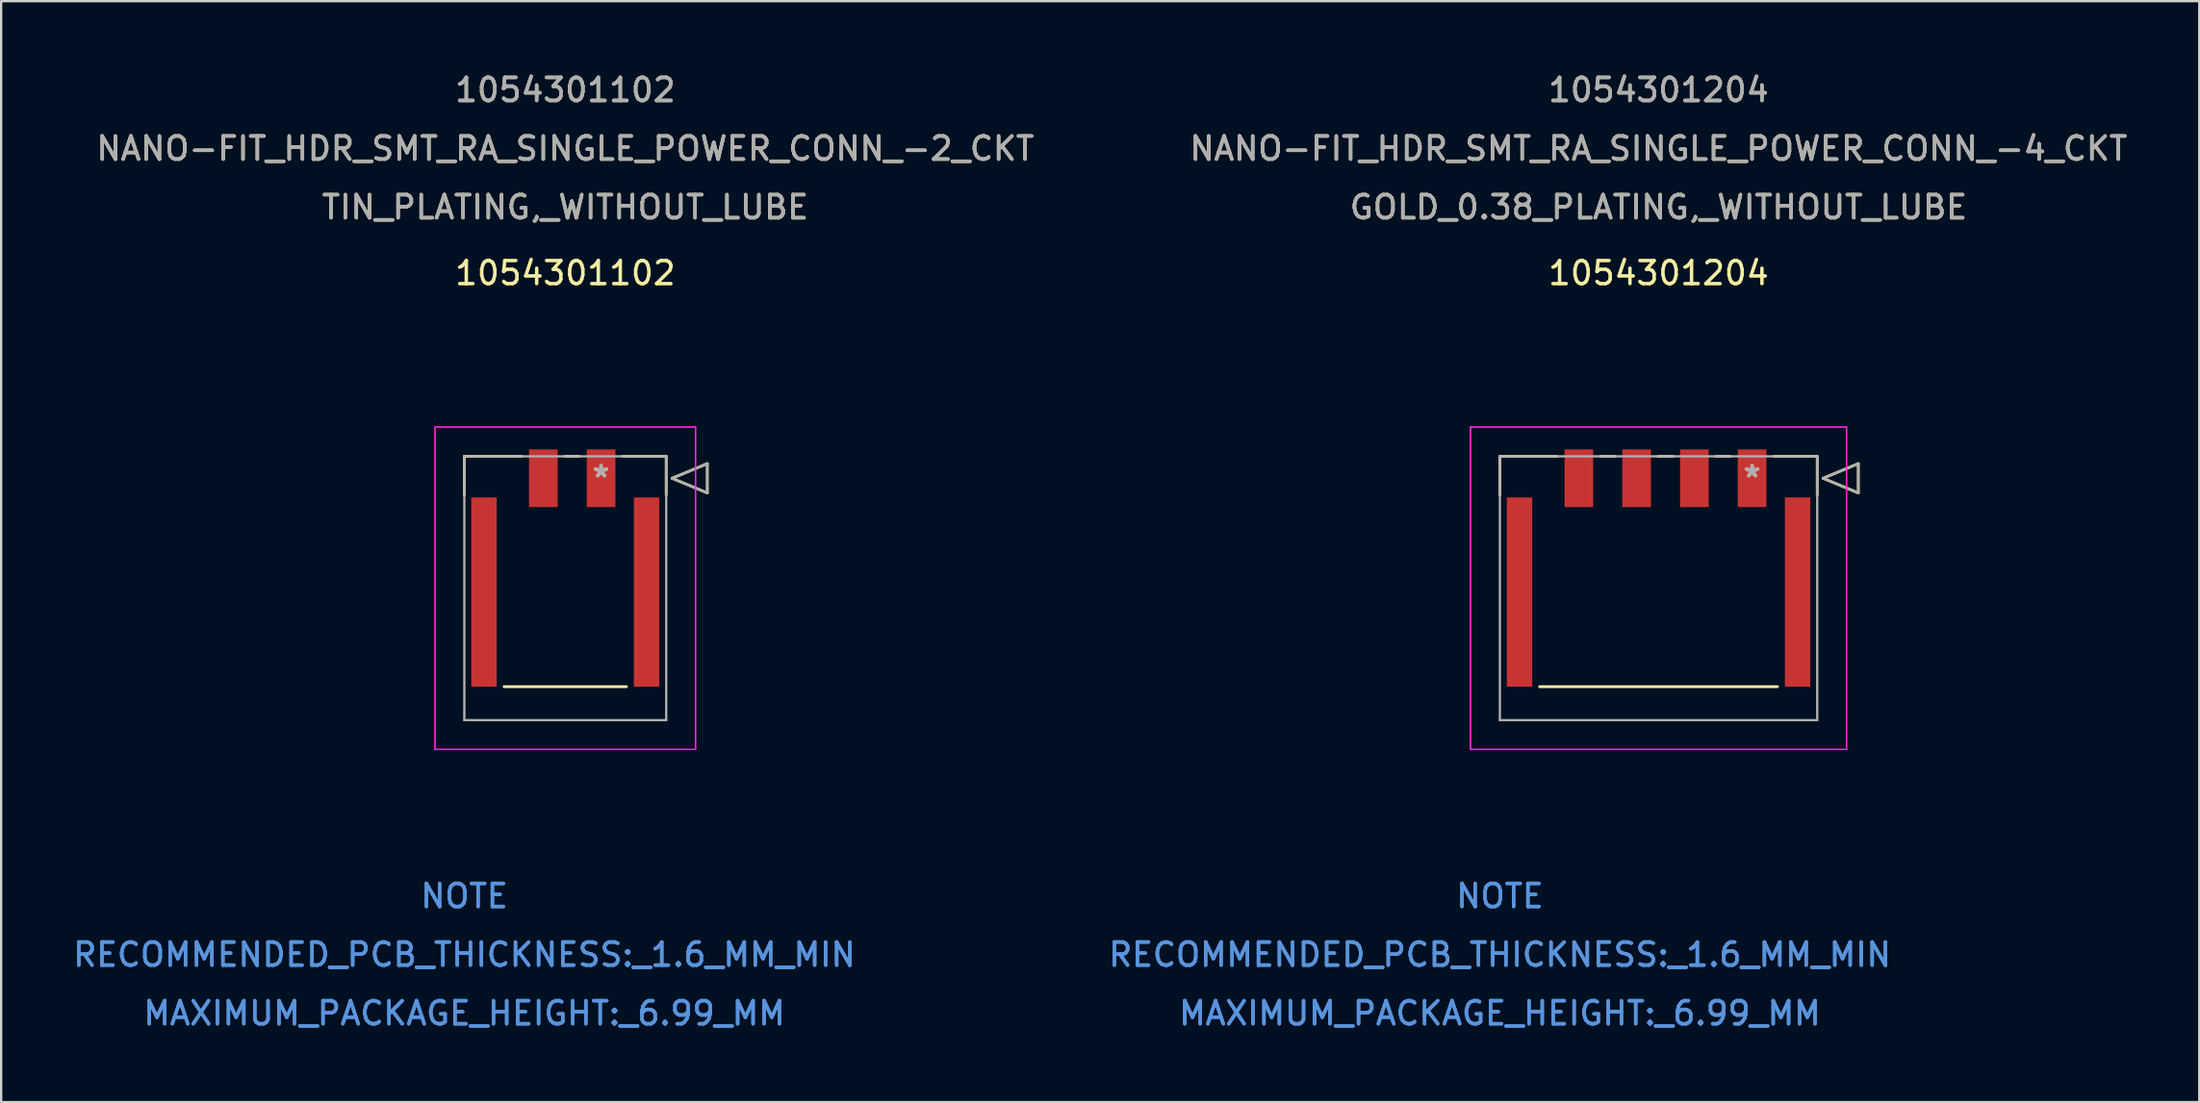
<source format=kicad_pcb>
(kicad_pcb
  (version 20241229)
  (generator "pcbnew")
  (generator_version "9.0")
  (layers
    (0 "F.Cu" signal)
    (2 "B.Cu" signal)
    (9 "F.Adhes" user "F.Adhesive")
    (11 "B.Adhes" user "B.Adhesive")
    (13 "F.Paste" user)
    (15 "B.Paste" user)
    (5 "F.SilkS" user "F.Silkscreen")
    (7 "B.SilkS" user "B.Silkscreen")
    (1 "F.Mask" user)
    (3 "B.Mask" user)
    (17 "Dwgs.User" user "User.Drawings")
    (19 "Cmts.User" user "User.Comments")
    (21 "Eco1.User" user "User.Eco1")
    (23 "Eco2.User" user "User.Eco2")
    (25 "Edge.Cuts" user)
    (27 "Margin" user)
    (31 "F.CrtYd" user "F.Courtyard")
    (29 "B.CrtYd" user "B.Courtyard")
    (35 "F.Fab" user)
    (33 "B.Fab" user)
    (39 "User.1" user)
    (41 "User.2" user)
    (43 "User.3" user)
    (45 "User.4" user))
  (footprint "1054301102"
    (layer "F.Cu")
    (at 22.974 17.673)
    (property "Reference" "1054301102" (at -1.55 -8.89 0) (layer "F.SilkS") (effects (font (size 1 1) (thickness 0.15))))
    (attr through_hole)
    (fp_line (start -5.92 -0.95) (end -5.92 0.719) (stroke (width 0.12) (type solid)) (layer "F.SilkS"))
    (fp_line (start -4.2 9.03) (end 1.1 9.03) (stroke (width 0.12) (type solid)) (layer "F.SilkS"))
    (fp_line (start -3.44 -0.95) (end -5.92 -0.95) (stroke (width 0.12) (type solid)) (layer "F.SilkS"))
    (fp_line (start -0.94 -0.95) (end -1.56 -0.95) (stroke (width 0.12) (type solid)) (layer "F.SilkS"))
    (fp_line (start 2.82 -0.95) (end 0.94 -0.95) (stroke (width 0.12) (type solid)) (layer "F.SilkS"))
    (fp_line (start 2.82 0.719) (end 2.82 -0.95) (stroke (width 0.12) (type solid)) (layer "F.SilkS"))
    (fp_line (start 3.074 0) (end 4.598 -0.635) (stroke (width 0.12) (type solid)) (layer "F.SilkS"))
    (fp_line (start 4.598 -0.635) (end 4.598 0.635) (stroke (width 0.12) (type solid)) (layer "F.SilkS"))
    (fp_line (start 4.598 0.635) (end 3.074 0) (stroke (width 0.12) (type solid)) (layer "F.SilkS"))
    (fp_line (start -7.19 -2.22) (end -7.19 11.75) (stroke (width 0.05) (type solid)) (layer "F.CrtYd"))
    (fp_line (start -7.19 -2.22) (end -7.19 11.75) (stroke (width 0.05) (type solid)) (layer "F.CrtYd"))
    (fp_line (start -7.19 11.75) (end 4.09 11.75) (stroke (width 0.05) (type solid)) (layer "F.CrtYd"))
    (fp_line (start -7.19 11.75) (end 4.09 11.75) (stroke (width 0.05) (type solid)) (layer "F.CrtYd"))
    (fp_line (start 4.09 -2.22) (end -7.19 -2.22) (stroke (width 0.05) (type solid)) (layer "F.CrtYd"))
    (fp_line (start 4.09 -2.22) (end -7.19 -2.22) (stroke (width 0.05) (type solid)) (layer "F.CrtYd"))
    (fp_line (start 4.09 11.75) (end 4.09 -2.22) (stroke (width 0.05) (type solid)) (layer "F.CrtYd"))
    (fp_line (start 4.09 11.75) (end 4.09 -2.22) (stroke (width 0.05) (type solid)) (layer "F.CrtYd"))
    (fp_line (start -5.92 -0.95) (end -5.92 10.48) (stroke (width 0.1) (type solid)) (layer "F.Fab"))
    (fp_line (start -5.92 10.48) (end 2.82 10.48) (stroke (width 0.1) (type solid)) (layer "F.Fab"))
    (fp_line (start 2.82 -0.95) (end -5.92 -0.95) (stroke (width 0.1) (type solid)) (layer "F.Fab"))
    (fp_line (start 2.82 10.48) (end 2.82 -0.95) (stroke (width 0.1) (type solid)) (layer "F.Fab"))
    (fp_line (start 3.074 0) (end 4.598 -0.635) (stroke (width 0.1) (type solid)) (layer "F.Fab"))
    (fp_line (start 4.598 -0.635) (end 4.598 0.635) (stroke (width 0.1) (type solid)) (layer "F.Fab"))
    (fp_line (start 4.598 0.635) (end 3.074 0) (stroke (width 0.1) (type solid)) (layer "F.Fab"))
    (fp_text user "*" (at 0 0 0) (layer "F.SilkS") (effects (font (size 1 1) (thickness 0.15))))
    (fp_text user "1054301102" (at -1.55 -16.825 0) (layer "F.SilkS") (effects (font (size 1 1) (thickness 0.15))))
    (fp_text user "NANO-FIT_HDR_SMT_RA_SINGLE_POWER_CONN_-2_CKT" (at -1.55 -14.285 0) (layer "F.SilkS") (effects (font (size 1 1) (thickness 0.15))))
    (fp_text user "TIN_PLATING,_WITHOUT_LUBE" (at -1.55 -11.745 0) (layer "F.SilkS") (effects (font (size 1 1) (thickness 0.15))))
    (fp_text user "RECOMMENDED_PCB_THICKNESS:_1.6_MM_MIN" (at -5.92 20.64 0) (layer "Cmts.User") (effects (font (size 1 1) (thickness 0.15))))
    (fp_text user "NOTE" (at -5.92 18.1 0) (layer "Cmts.User") (effects (font (size 1 1) (thickness 0.15))))
    (fp_text user "MAXIMUM_PACKAGE_HEIGHT:_6.99_MM" (at -5.92 23.18 0) (layer "Cmts.User") (effects (font (size 1 1) (thickness 0.15))))
    (fp_text user "MAXIMUM_PACKAGE_HEIGHT:_6.99_MM" (at -5.92 23.18 0) (layer "Cmts.User") (effects (font (size 1 1) (thickness 0.15))))
    (fp_text user "Copyright 2021 Accelerated Designs. All rights reserved." (at 0 0 0) (layer "Cmts.User") (effects (font (size 0.127 0.127) (thickness 0.002))))
    (fp_text user "RECOMMENDED_PCB_THICKNESS:_1.6_MM_MIN" (at -5.92 20.64 0) (layer "Cmts.User") (effects (font (size 1 1) (thickness 0.15))))
    (fp_text user "NOTE" (at -5.92 18.1 0) (layer "Cmts.User") (effects (font (size 1 1) (thickness 0.15))))
    (fp_text user "TIN_PLATING,_WITHOUT_LUBE" (at -1.55 -11.745 0) (layer "F.Fab") (effects (font (size 1 1) (thickness 0.15))))
    (fp_text user "*" (at 0 0 0) (layer "F.Fab") (effects (font (size 1 1) (thickness 0.15))))
    (fp_text user "NANO-FIT_HDR_SMT_RA_SINGLE_POWER_CONN_-2_CKT" (at -1.55 -14.285 0) (layer "F.Fab") (effects (font (size 1 1) (thickness 0.15))))
    (fp_text user "1054301102" (at -1.55 -16.825 0) (layer "F.Fab") (effects (font (size 1 1) (thickness 0.15))))
    (pad "1" smd rect (at 0 0) (size 1.24 2.5) (layers "F.Cu" "F.Mask" "F.Paste"))
    (pad "2" smd rect (at -2.5 0) (size 1.24 2.5) (layers "F.Cu" "F.Mask" "F.Paste"))
    (pad "3" smd rect (at 1.97 4.93) (size 1.1 8.2) (layers "F.Cu" "F.Mask" "F.Paste"))
    (pad "4" smd rect (at -5.07 4.93) (size 1.1 8.2) (layers "F.Cu" "F.Mask" "F.Paste")))
  (footprint "1054301204"
    (layer "F.Cu")
    (at 72.808 17.673)
    (property "Reference" "1054301204" (at -4.05 -8.89 0) (layer "F.SilkS") (effects (font (size 1 1) (thickness 0.15))))
    (attr through_hole)
    (fp_line (start -10.92 -0.95) (end -10.92 0.719) (stroke (width 0.12) (type solid)) (layer "F.SilkS"))
    (fp_line (start -9.2 9.03) (end 1.1 9.03) (stroke (width 0.12) (type solid)) (layer "F.SilkS"))
    (fp_line (start -8.44 -0.95) (end -10.92 -0.95) (stroke (width 0.12) (type solid)) (layer "F.SilkS"))
    (fp_line (start -5.94 -0.95) (end -6.56 -0.95) (stroke (width 0.12) (type solid)) (layer "F.SilkS"))
    (fp_line (start -3.44 -0.95) (end -4.06 -0.95) (stroke (width 0.12) (type solid)) (layer "F.SilkS"))
    (fp_line (start -0.94 -0.95) (end -1.56 -0.95) (stroke (width 0.12) (type solid)) (layer "F.SilkS"))
    (fp_line (start 2.82 -0.95) (end 0.94 -0.95) (stroke (width 0.12) (type solid)) (layer "F.SilkS"))
    (fp_line (start 2.82 0.719) (end 2.82 -0.95) (stroke (width 0.12) (type solid)) (layer "F.SilkS"))
    (fp_line (start 3.074 0) (end 4.598 -0.635) (stroke (width 0.12) (type solid)) (layer "F.SilkS"))
    (fp_line (start 4.598 -0.635) (end 4.598 0.635) (stroke (width 0.12) (type solid)) (layer "F.SilkS"))
    (fp_line (start 4.598 0.635) (end 3.074 0) (stroke (width 0.12) (type solid)) (layer "F.SilkS"))
    (fp_line (start -12.19 -2.22) (end -12.19 11.75) (stroke (width 0.05) (type solid)) (layer "F.CrtYd"))
    (fp_line (start -12.19 -2.22) (end -12.19 11.75) (stroke (width 0.05) (type solid)) (layer "F.CrtYd"))
    (fp_line (start -12.19 11.75) (end 4.09 11.75) (stroke (width 0.05) (type solid)) (layer "F.CrtYd"))
    (fp_line (start -12.19 11.75) (end 4.09 11.75) (stroke (width 0.05) (type solid)) (layer "F.CrtYd"))
    (fp_line (start 4.09 -2.22) (end -12.19 -2.22) (stroke (width 0.05) (type solid)) (layer "F.CrtYd"))
    (fp_line (start 4.09 -2.22) (end -12.19 -2.22) (stroke (width 0.05) (type solid)) (layer "F.CrtYd"))
    (fp_line (start 4.09 11.75) (end 4.09 -2.22) (stroke (width 0.05) (type solid)) (layer "F.CrtYd"))
    (fp_line (start 4.09 11.75) (end 4.09 -2.22) (stroke (width 0.05) (type solid)) (layer "F.CrtYd"))
    (fp_line (start -10.92 -0.95) (end -10.92 10.48) (stroke (width 0.1) (type solid)) (layer "F.Fab"))
    (fp_line (start -10.92 10.48) (end 2.82 10.48) (stroke (width 0.1) (type solid)) (layer "F.Fab"))
    (fp_line (start 2.82 -0.95) (end -10.92 -0.95) (stroke (width 0.1) (type solid)) (layer "F.Fab"))
    (fp_line (start 2.82 10.48) (end 2.82 -0.95) (stroke (width 0.1) (type solid)) (layer "F.Fab"))
    (fp_line (start 3.074 0) (end 4.598 -0.635) (stroke (width 0.1) (type solid)) (layer "F.Fab"))
    (fp_line (start 4.598 -0.635) (end 4.598 0.635) (stroke (width 0.1) (type solid)) (layer "F.Fab"))
    (fp_line (start 4.598 0.635) (end 3.074 0) (stroke (width 0.1) (type solid)) (layer "F.Fab"))
    (fp_text user "*" (at 0 0 0) (layer "F.SilkS") (effects (font (size 1 1) (thickness 0.15))))
    (fp_text user "1054301204" (at -4.05 -16.825 0) (layer "F.SilkS") (effects (font (size 1 1) (thickness 0.15))))
    (fp_text user "NANO-FIT_HDR_SMT_RA_SINGLE_POWER_CONN_-4_CKT" (at -4.05 -14.285 0) (layer "F.SilkS") (effects (font (size 1 1) (thickness 0.15))))
    (fp_text user "GOLD_0.38_PLATING,_WITHOUT_LUBE" (at -4.05 -11.745 0) (layer "F.SilkS") (effects (font (size 1 1) (thickness 0.15))))
    (fp_text user "MAXIMUM_PACKAGE_HEIGHT:_6.99_MM" (at -10.92 23.18 0) (layer "Cmts.User") (effects (font (size 1 1) (thickness 0.15))))
    (fp_text user "RECOMMENDED_PCB_THICKNESS:_1.6_MM_MIN" (at -10.92 20.64 0) (layer "Cmts.User") (effects (font (size 1 1) (thickness 0.15))))
    (fp_text user "MAXIMUM_PACKAGE_HEIGHT:_6.99_MM" (at -10.92 23.18 0) (layer "Cmts.User") (effects (font (size 1 1) (thickness 0.15))))
    (fp_text user "NOTE" (at -10.92 18.1 0) (layer "Cmts.User") (effects (font (size 1 1) (thickness 0.15))))
    (fp_text user "RECOMMENDED_PCB_THICKNESS:_1.6_MM_MIN" (at -10.92 20.64 0) (layer "Cmts.User") (effects (font (size 1 1) (thickness 0.15))))
    (fp_text user "NOTE" (at -10.92 18.1 0) (layer "Cmts.User") (effects (font (size 1 1) (thickness 0.15))))
    (fp_text user "Copyright 2021 Accelerated Designs. All rights reserved." (at 0 0 0) (layer "Cmts.User") (effects (font (size 0.127 0.127) (thickness 0.002))))
    (fp_text user "*" (at 0 0 0) (layer "F.Fab") (effects (font (size 1 1) (thickness 0.15))))
    (fp_text user "1054301204" (at -4.05 -16.825 0) (layer "F.Fab") (effects (font (size 1 1) (thickness 0.15))))
    (fp_text user "GOLD_0.38_PLATING,_WITHOUT_LUBE" (at -4.05 -11.745 0) (layer "F.Fab") (effects (font (size 1 1) (thickness 0.15))))
    (fp_text user "NANO-FIT_HDR_SMT_RA_SINGLE_POWER_CONN_-4_CKT" (at -4.05 -14.285 0) (layer "F.Fab") (effects (font (size 1 1) (thickness 0.15))))
    (pad "1" smd rect (at 0 0) (size 1.24 2.5) (layers "F.Cu" "F.Mask" "F.Paste"))
    (pad "2" smd rect (at -2.5 0) (size 1.24 2.5) (layers "F.Cu" "F.Mask" "F.Paste"))
    (pad "3" smd rect (at -5 0) (size 1.24 2.5) (layers "F.Cu" "F.Mask" "F.Paste"))
    (pad "4" smd rect (at -7.5 0) (size 1.24 2.5) (layers "F.Cu" "F.Mask" "F.Paste"))
    (pad "5" smd rect (at 1.97 4.93) (size 1.1 8.2) (layers "F.Cu" "F.Mask" "F.Paste"))
    (pad "6" smd rect (at -10.07 4.93) (size 1.1 8.2) (layers "F.Cu" "F.Mask" "F.Paste")))
  (gr_rect
    (start -3 -3)
    (end 92.169 44.702)
    (stroke (width 0.1) (type default))
    (fill no)
    (layer "Edge.Cuts")))
</source>
